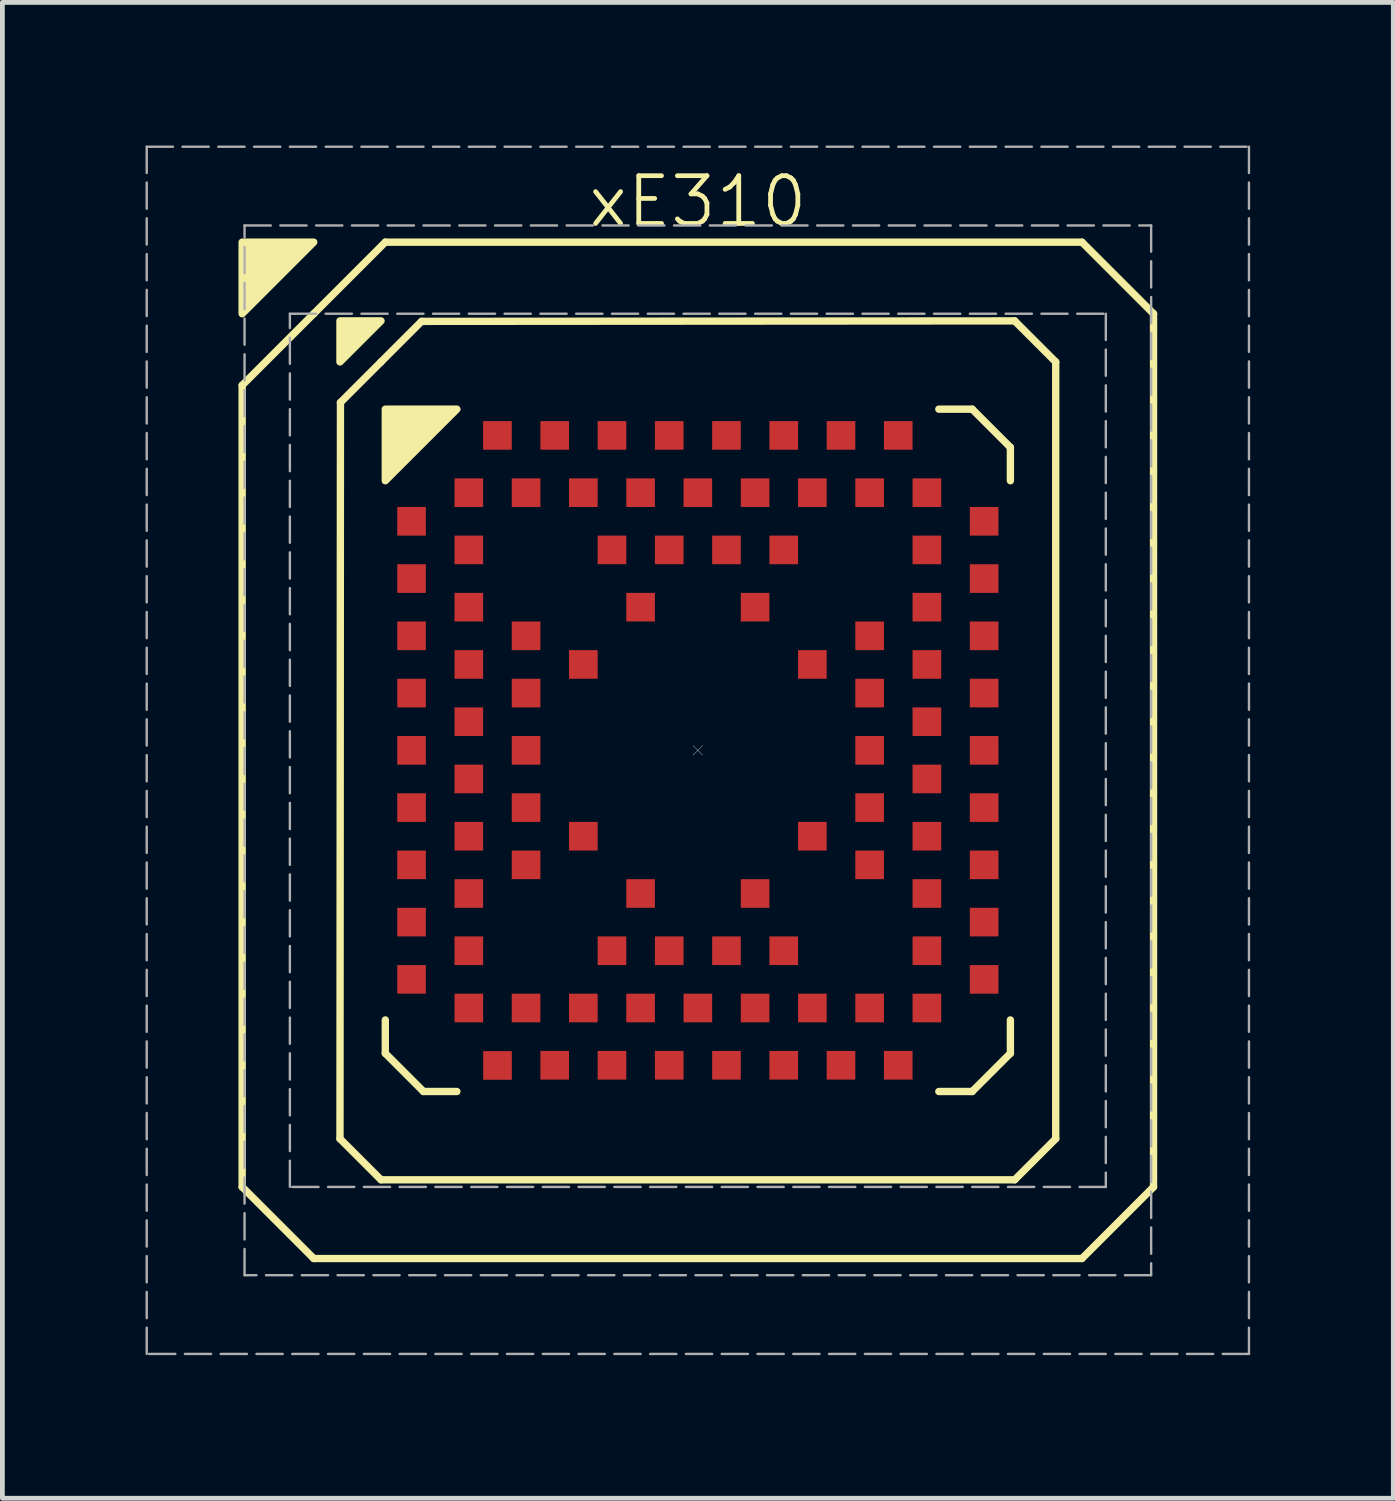
<source format=kicad_pcb>
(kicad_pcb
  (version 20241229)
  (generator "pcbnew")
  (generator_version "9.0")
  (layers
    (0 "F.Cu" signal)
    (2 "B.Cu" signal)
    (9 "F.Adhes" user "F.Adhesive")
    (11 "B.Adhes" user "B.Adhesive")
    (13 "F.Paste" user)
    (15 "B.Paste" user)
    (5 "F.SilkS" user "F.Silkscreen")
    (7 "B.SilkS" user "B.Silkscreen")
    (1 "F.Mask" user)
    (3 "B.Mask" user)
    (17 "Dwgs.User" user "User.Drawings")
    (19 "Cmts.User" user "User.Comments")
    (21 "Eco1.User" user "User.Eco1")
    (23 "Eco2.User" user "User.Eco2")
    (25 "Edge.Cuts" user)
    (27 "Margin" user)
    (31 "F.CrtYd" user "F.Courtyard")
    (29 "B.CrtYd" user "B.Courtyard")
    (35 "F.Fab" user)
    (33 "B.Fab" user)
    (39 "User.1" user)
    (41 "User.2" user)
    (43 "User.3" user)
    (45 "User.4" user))
  (footprint "xE310"
    (layer "F.Cu")
    (at 11.575 12.675)
    (property "Reference" "xE310" (at 0 -11.5 0) (unlocked yes) (layer "F.SilkS") (effects (font (size 1 1) (thickness 0.1))))
    (attr smd)
    (fp_poly (pts (xy -6.4 -5.2) (xy -5.6 -5.2) (xy -5.6 -4.4) (xy -6.4 -4.4)) (stroke (width 0.01) (type solid)) (fill yes) (layer "F.Mask"))
    (fp_poly (pts (xy -6.4 -4) (xy -5.6 -4) (xy -5.6 -3.2) (xy -6.4 -3.2)) (stroke (width 0.01) (type solid)) (fill yes) (layer "F.Mask"))
    (fp_poly (pts (xy -6.4 -2.8) (xy -5.6 -2.8) (xy -5.6 -2) (xy -6.4 -2)) (stroke (width 0.01) (type solid)) (fill yes) (layer "F.Mask"))
    (fp_poly (pts (xy -6.4 -1.6) (xy -5.6 -1.6) (xy -5.6 -0.8) (xy -6.4 -0.8)) (stroke (width 0.01) (type solid)) (fill yes) (layer "F.Mask"))
    (fp_poly (pts (xy -6.4 -0.4) (xy -5.6 -0.4) (xy -5.6 0.4) (xy -6.4 0.4)) (stroke (width 0.01) (type solid)) (fill yes) (layer "F.Mask"))
    (fp_poly (pts (xy -6.4 0.8) (xy -5.6 0.8) (xy -5.6 1.6) (xy -6.4 1.6)) (stroke (width 0.01) (type solid)) (fill yes) (layer "F.Mask"))
    (fp_poly (pts (xy -6.4 2) (xy -5.6 2) (xy -5.6 2.8) (xy -6.4 2.8)) (stroke (width 0.01) (type solid)) (fill yes) (layer "F.Mask"))
    (fp_poly (pts (xy -6.4 3.2) (xy -5.6 3.2) (xy -5.6 4) (xy -6.4 4)) (stroke (width 0.01) (type solid)) (fill yes) (layer "F.Mask"))
    (fp_poly (pts (xy -6.4 4.4) (xy -5.6 4.4) (xy -5.6 5.2) (xy -6.4 5.2)) (stroke (width 0.01) (type solid)) (fill yes) (layer "F.Mask"))
    (fp_poly (pts (xy -5.2 -5.8) (xy -4.4 -5.8) (xy -4.4 -5) (xy -5.2 -5)) (stroke (width 0.01) (type solid)) (fill yes) (layer "F.Mask"))
    (fp_poly (pts (xy -5.2 -4.6) (xy -4.4 -4.6) (xy -4.4 -3.8) (xy -5.2 -3.8)) (stroke (width 0.01) (type solid)) (fill yes) (layer "F.Mask"))
    (fp_poly (pts (xy -5.2 -3.4) (xy -4.4 -3.4) (xy -4.4 -2.6) (xy -5.2 -2.6)) (stroke (width 0.01) (type solid)) (fill yes) (layer "F.Mask"))
    (fp_poly (pts (xy -5.2 -2.2) (xy -4.4 -2.2) (xy -4.4 -1.4) (xy -5.2 -1.4)) (stroke (width 0.01) (type solid)) (fill yes) (layer "F.Mask"))
    (fp_poly (pts (xy -5.2 -1) (xy -4.4 -1) (xy -4.4 -0.2) (xy -5.2 -0.2)) (stroke (width 0.01) (type solid)) (fill yes) (layer "F.Mask"))
    (fp_poly (pts (xy -5.2 0.2) (xy -4.4 0.2) (xy -4.4 1) (xy -5.2 1)) (stroke (width 0.01) (type solid)) (fill yes) (layer "F.Mask"))
    (fp_poly (pts (xy -5.2 1.4) (xy -4.4 1.4) (xy -4.4 2.2) (xy -5.2 2.2)) (stroke (width 0.01) (type solid)) (fill yes) (layer "F.Mask"))
    (fp_poly (pts (xy -5.2 2.6) (xy -4.4 2.6) (xy -4.4 3.4) (xy -5.2 3.4)) (stroke (width 0.01) (type solid)) (fill yes) (layer "F.Mask"))
    (fp_poly (pts (xy -5.2 3.8) (xy -4.4 3.8) (xy -4.4 4.6) (xy -5.2 4.6)) (stroke (width 0.01) (type solid)) (fill yes) (layer "F.Mask"))
    (fp_poly (pts (xy -5.2 5) (xy -4.4 5) (xy -4.4 5.8) (xy -5.2 5.8)) (stroke (width 0.01) (type solid)) (fill yes) (layer "F.Mask"))
    (fp_poly (pts (xy -4.6 -7) (xy -3.8 -7) (xy -3.8 -6.2) (xy -4.6 -6.2)) (stroke (width 0.01) (type solid)) (fill yes) (layer "F.Mask"))
    (fp_poly (pts (xy -4.6 6.2) (xy -3.8 6.2) (xy -3.8 7) (xy -4.6 7)) (stroke (width 0.01) (type solid)) (fill yes) (layer "F.Mask"))
    (fp_poly (pts (xy -4.599 6.204) (xy -3.799 6.204) (xy -3.799 7.004) (xy -4.599 7.004)) (stroke (width 0.01) (type solid)) (fill yes) (layer "F.Mask"))
    (fp_poly (pts (xy -4 -5.8) (xy -3.2 -5.8) (xy -3.2 -5) (xy -4 -5)) (stroke (width 0.01) (type solid)) (fill yes) (layer "F.Mask"))
    (fp_poly (pts (xy -4 -2.8) (xy -3.2 -2.8) (xy -3.2 -2) (xy -4 -2)) (stroke (width 0.01) (type solid)) (fill yes) (layer "F.Mask"))
    (fp_poly (pts (xy -4 -1.6) (xy -3.2 -1.6) (xy -3.2 -0.8) (xy -4 -0.8)) (stroke (width 0.01) (type solid)) (fill yes) (layer "F.Mask"))
    (fp_poly (pts (xy -4 -0.4) (xy -3.2 -0.4) (xy -3.2 0.4) (xy -4 0.4)) (stroke (width 0.01) (type solid)) (fill yes) (layer "F.Mask"))
    (fp_poly (pts (xy -4 0.8) (xy -3.2 0.8) (xy -3.2 1.6) (xy -4 1.6)) (stroke (width 0.01) (type solid)) (fill yes) (layer "F.Mask"))
    (fp_poly (pts (xy -4 2) (xy -3.2 2) (xy -3.2 2.8) (xy -4 2.8)) (stroke (width 0.01) (type solid)) (fill yes) (layer "F.Mask"))
    (fp_poly (pts (xy -4 5) (xy -3.2 5) (xy -3.2 5.8) (xy -4 5.8)) (stroke (width 0.01) (type solid)) (fill yes) (layer "F.Mask"))
    (fp_poly (pts (xy -3.4 -7) (xy -2.6 -7) (xy -2.6 -6.2) (xy -3.4 -6.2)) (stroke (width 0.01) (type solid)) (fill yes) (layer "F.Mask"))
    (fp_poly (pts (xy -3.4 6.2) (xy -2.6 6.2) (xy -2.6 7) (xy -3.4 7)) (stroke (width 0.01) (type solid)) (fill yes) (layer "F.Mask"))
    (fp_poly (pts (xy -2.8 -5.8) (xy -2 -5.8) (xy -2 -5) (xy -2.8 -5)) (stroke (width 0.01) (type solid)) (fill yes) (layer "F.Mask"))
    (fp_poly (pts (xy -2.8 -2.2) (xy -2 -2.2) (xy -2 -1.4) (xy -2.8 -1.4)) (stroke (width 0.01) (type solid)) (fill yes) (layer "F.Mask"))
    (fp_poly (pts (xy -2.8 1.4) (xy -2 1.4) (xy -2 2.2) (xy -2.8 2.2)) (stroke (width 0.01) (type solid)) (fill yes) (layer "F.Mask"))
    (fp_poly (pts (xy -2.8 5) (xy -2 5) (xy -2 5.8) (xy -2.8 5.8)) (stroke (width 0.01) (type solid)) (fill yes) (layer "F.Mask"))
    (fp_poly (pts (xy -2.2 -7) (xy -1.4 -7) (xy -1.4 -6.2) (xy -2.2 -6.2)) (stroke (width 0.01) (type solid)) (fill yes) (layer "F.Mask"))
    (fp_poly (pts (xy -2.2 -4.6) (xy -1.4 -4.6) (xy -1.4 -3.8) (xy -2.2 -3.8)) (stroke (width 0.01) (type solid)) (fill yes) (layer "F.Mask"))
    (fp_poly (pts (xy -2.2 3.8) (xy -1.4 3.8) (xy -1.4 4.6) (xy -2.2 4.6)) (stroke (width 0.01) (type solid)) (fill yes) (layer "F.Mask"))
    (fp_poly (pts (xy -2.2 6.2) (xy -1.4 6.2) (xy -1.4 7) (xy -2.2 7)) (stroke (width 0.01) (type solid)) (fill yes) (layer "F.Mask"))
    (fp_poly (pts (xy -1.6 -5.8) (xy -0.8 -5.8) (xy -0.8 -5) (xy -1.6 -5)) (stroke (width 0.01) (type solid)) (fill yes) (layer "F.Mask"))
    (fp_poly (pts (xy -1.6 -3.4) (xy -0.8 -3.4) (xy -0.8 -2.6) (xy -1.6 -2.6)) (stroke (width 0.01) (type solid)) (fill yes) (layer "F.Mask"))
    (fp_poly (pts (xy -1.6 2.6) (xy -0.8 2.6) (xy -0.8 3.4) (xy -1.6 3.4)) (stroke (width 0.01) (type solid)) (fill yes) (layer "F.Mask"))
    (fp_poly (pts (xy -1.6 5) (xy -0.8 5) (xy -0.8 5.8) (xy -1.6 5.8)) (stroke (width 0.01) (type solid)) (fill yes) (layer "F.Mask"))
    (fp_poly (pts (xy -1 -7) (xy -0.2 -7) (xy -0.2 -6.2) (xy -1 -6.2)) (stroke (width 0.01) (type solid)) (fill yes) (layer "F.Mask"))
    (fp_poly (pts (xy -1 -4.6) (xy -0.2 -4.6) (xy -0.2 -3.8) (xy -1 -3.8)) (stroke (width 0.01) (type solid)) (fill yes) (layer "F.Mask"))
    (fp_poly (pts (xy -1 3.8) (xy -0.2 3.8) (xy -0.2 4.6) (xy -1 4.6)) (stroke (width 0.01) (type solid)) (fill yes) (layer "F.Mask"))
    (fp_poly (pts (xy -1 6.2) (xy -0.2 6.2) (xy -0.2 7) (xy -1 7)) (stroke (width 0.01) (type solid)) (fill yes) (layer "F.Mask"))
    (fp_poly (pts (xy -0.4 -5.8) (xy 0.4 -5.8) (xy 0.4 -5) (xy -0.4 -5)) (stroke (width 0.01) (type solid)) (fill yes) (layer "F.Mask"))
    (fp_poly (pts (xy -0.4 5) (xy 0.4 5) (xy 0.4 5.8) (xy -0.4 5.8)) (stroke (width 0.01) (type solid)) (fill yes) (layer "F.Mask"))
    (fp_poly (pts (xy 0.2 -7) (xy 1 -7) (xy 1 -6.2) (xy 0.2 -6.2)) (stroke (width 0.01) (type solid)) (fill yes) (layer "F.Mask"))
    (fp_poly (pts (xy 0.2 -4.6) (xy 1 -4.6) (xy 1 -3.8) (xy 0.2 -3.8)) (stroke (width 0.01) (type solid)) (fill yes) (layer "F.Mask"))
    (fp_poly (pts (xy 0.2 3.8) (xy 1 3.8) (xy 1 4.6) (xy 0.2 4.6)) (stroke (width 0.01) (type solid)) (fill yes) (layer "F.Mask"))
    (fp_poly (pts (xy 0.2 6.2) (xy 1 6.2) (xy 1 7) (xy 0.2 7)) (stroke (width 0.01) (type solid)) (fill yes) (layer "F.Mask"))
    (fp_poly (pts (xy 0.8 -5.8) (xy 1.6 -5.8) (xy 1.6 -5) (xy 0.8 -5)) (stroke (width 0.01) (type solid)) (fill yes) (layer "F.Mask"))
    (fp_poly (pts (xy 0.8 -3.4) (xy 1.6 -3.4) (xy 1.6 -2.6) (xy 0.8 -2.6)) (stroke (width 0.01) (type solid)) (fill yes) (layer "F.Mask"))
    (fp_poly (pts (xy 0.8 2.6) (xy 1.6 2.6) (xy 1.6 3.4) (xy 0.8 3.4)) (stroke (width 0.01) (type solid)) (fill yes) (layer "F.Mask"))
    (fp_poly (pts (xy 0.8 5) (xy 1.6 5) (xy 1.6 5.8) (xy 0.8 5.8)) (stroke (width 0.01) (type solid)) (fill yes) (layer "F.Mask"))
    (fp_poly (pts (xy 1.4 -7) (xy 2.2 -7) (xy 2.2 -6.2) (xy 1.4 -6.2)) (stroke (width 0.01) (type solid)) (fill yes) (layer "F.Mask"))
    (fp_poly (pts (xy 1.4 -4.6) (xy 2.2 -4.6) (xy 2.2 -3.8) (xy 1.4 -3.8)) (stroke (width 0.01) (type solid)) (fill yes) (layer "F.Mask"))
    (fp_poly (pts (xy 1.4 3.8) (xy 2.2 3.8) (xy 2.2 4.6) (xy 1.4 4.6)) (stroke (width 0.01) (type solid)) (fill yes) (layer "F.Mask"))
    (fp_poly (pts (xy 1.4 6.2) (xy 2.2 6.2) (xy 2.2 7) (xy 1.4 7)) (stroke (width 0.01) (type solid)) (fill yes) (layer "F.Mask"))
    (fp_poly (pts (xy 2 -5.8) (xy 2.8 -5.8) (xy 2.8 -5) (xy 2 -5)) (stroke (width 0.01) (type solid)) (fill yes) (layer "F.Mask"))
    (fp_poly (pts (xy 2 -2.2) (xy 2.8 -2.2) (xy 2.8 -1.4) (xy 2 -1.4)) (stroke (width 0.01) (type solid)) (fill yes) (layer "F.Mask"))
    (fp_poly (pts (xy 2 1.4) (xy 2.8 1.4) (xy 2.8 2.2) (xy 2 2.2)) (stroke (width 0.01) (type solid)) (fill yes) (layer "F.Mask"))
    (fp_poly (pts (xy 2 5) (xy 2.8 5) (xy 2.8 5.8) (xy 2 5.8)) (stroke (width 0.01) (type solid)) (fill yes) (layer "F.Mask"))
    (fp_poly (pts (xy 2.6 -7) (xy 3.4 -7) (xy 3.4 -6.2) (xy 2.6 -6.2)) (stroke (width 0.01) (type solid)) (fill yes) (layer "F.Mask"))
    (fp_poly (pts (xy 2.6 6.2) (xy 3.4 6.2) (xy 3.4 7) (xy 2.6 7)) (stroke (width 0.01) (type solid)) (fill yes) (layer "F.Mask"))
    (fp_poly (pts (xy 3.2 -5.8) (xy 4 -5.8) (xy 4 -5) (xy 3.2 -5)) (stroke (width 0.01) (type solid)) (fill yes) (layer "F.Mask"))
    (fp_poly (pts (xy 3.2 -2.8) (xy 4 -2.8) (xy 4 -2) (xy 3.2 -2)) (stroke (width 0.01) (type solid)) (fill yes) (layer "F.Mask"))
    (fp_poly (pts (xy 3.2 -1.6) (xy 4 -1.6) (xy 4 -0.8) (xy 3.2 -0.8)) (stroke (width 0.01) (type solid)) (fill yes) (layer "F.Mask"))
    (fp_poly (pts (xy 3.2 -0.4) (xy 4 -0.4) (xy 4 0.4) (xy 3.2 0.4)) (stroke (width 0.01) (type solid)) (fill yes) (layer "F.Mask"))
    (fp_poly (pts (xy 3.2 0.8) (xy 4 0.8) (xy 4 1.6) (xy 3.2 1.6)) (stroke (width 0.01) (type solid)) (fill yes) (layer "F.Mask"))
    (fp_poly (pts (xy 3.2 2) (xy 4 2) (xy 4 2.8) (xy 3.2 2.8)) (stroke (width 0.01) (type solid)) (fill yes) (layer "F.Mask"))
    (fp_poly (pts (xy 3.2 5) (xy 4 5) (xy 4 5.8) (xy 3.2 5.8)) (stroke (width 0.01) (type solid)) (fill yes) (layer "F.Mask"))
    (fp_poly (pts (xy 3.8 -7) (xy 4.6 -7) (xy 4.6 -6.2) (xy 3.8 -6.2)) (stroke (width 0.01) (type solid)) (fill yes) (layer "F.Mask"))
    (fp_poly (pts (xy 3.8 6.2) (xy 4.6 6.2) (xy 4.6 7) (xy 3.8 7)) (stroke (width 0.01) (type solid)) (fill yes) (layer "F.Mask"))
    (fp_poly (pts (xy 4.4 -5.8) (xy 5.2 -5.8) (xy 5.2 -5) (xy 4.4 -5)) (stroke (width 0.01) (type solid)) (fill yes) (layer "F.Mask"))
    (fp_poly (pts (xy 4.4 -4.6) (xy 5.2 -4.6) (xy 5.2 -3.8) (xy 4.4 -3.8)) (stroke (width 0.01) (type solid)) (fill yes) (layer "F.Mask"))
    (fp_poly (pts (xy 4.4 -3.4) (xy 5.2 -3.4) (xy 5.2 -2.6) (xy 4.4 -2.6)) (stroke (width 0.01) (type solid)) (fill yes) (layer "F.Mask"))
    (fp_poly (pts (xy 4.4 -2.2) (xy 5.2 -2.2) (xy 5.2 -1.4) (xy 4.4 -1.4)) (stroke (width 0.01) (type solid)) (fill yes) (layer "F.Mask"))
    (fp_poly (pts (xy 4.4 -1) (xy 5.2 -1) (xy 5.2 -0.2) (xy 4.4 -0.2)) (stroke (width 0.01) (type solid)) (fill yes) (layer "F.Mask"))
    (fp_poly (pts (xy 4.4 0.2) (xy 5.2 0.2) (xy 5.2 1) (xy 4.4 1)) (stroke (width 0.01) (type solid)) (fill yes) (layer "F.Mask"))
    (fp_poly (pts (xy 4.4 1.4) (xy 5.2 1.4) (xy 5.2 2.2) (xy 4.4 2.2)) (stroke (width 0.01) (type solid)) (fill yes) (layer "F.Mask"))
    (fp_poly (pts (xy 4.4 2.6) (xy 5.2 2.6) (xy 5.2 3.4) (xy 4.4 3.4)) (stroke (width 0.01) (type solid)) (fill yes) (layer "F.Mask"))
    (fp_poly (pts (xy 4.4 3.8) (xy 5.2 3.8) (xy 5.2 4.6) (xy 4.4 4.6)) (stroke (width 0.01) (type solid)) (fill yes) (layer "F.Mask"))
    (fp_poly (pts (xy 4.4 5) (xy 5.2 5) (xy 5.2 5.8) (xy 4.4 5.8)) (stroke (width 0.01) (type solid)) (fill yes) (layer "F.Mask"))
    (fp_poly (pts (xy 5.6 -5.2) (xy 6.4 -5.2) (xy 6.4 -4.4) (xy 5.6 -4.4)) (stroke (width 0.01) (type solid)) (fill yes) (layer "F.Mask"))
    (fp_poly (pts (xy 5.6 -4) (xy 6.4 -4) (xy 6.4 -3.2) (xy 5.6 -3.2)) (stroke (width 0.01) (type solid)) (fill yes) (layer "F.Mask"))
    (fp_poly (pts (xy 5.6 -2.8) (xy 6.4 -2.8) (xy 6.4 -2) (xy 5.6 -2)) (stroke (width 0.01) (type solid)) (fill yes) (layer "F.Mask"))
    (fp_poly (pts (xy 5.6 -1.6) (xy 6.4 -1.6) (xy 6.4 -0.8) (xy 5.6 -0.8)) (stroke (width 0.01) (type solid)) (fill yes) (layer "F.Mask"))
    (fp_poly (pts (xy 5.6 -0.4) (xy 6.4 -0.4) (xy 6.4 0.4) (xy 5.6 0.4)) (stroke (width 0.01) (type solid)) (fill yes) (layer "F.Mask"))
    (fp_poly (pts (xy 5.6 0.8) (xy 6.4 0.8) (xy 6.4 1.6) (xy 5.6 1.6)) (stroke (width 0.01) (type solid)) (fill yes) (layer "F.Mask"))
    (fp_poly (pts (xy 5.6 2) (xy 6.4 2) (xy 6.4 2.8) (xy 5.6 2.8)) (stroke (width 0.01) (type solid)) (fill yes) (layer "F.Mask"))
    (fp_poly (pts (xy 5.6 3.2) (xy 6.4 3.2) (xy 6.4 4) (xy 5.6 4)) (stroke (width 0.01) (type solid)) (fill yes) (layer "F.Mask"))
    (fp_poly (pts (xy 5.6 4.4) (xy 6.4 4.4) (xy 6.4 5.2) (xy 5.6 5.2)) (stroke (width 0.01) (type solid)) (fill yes) (layer "F.Mask"))
    (fp_line (start -9.55 -7.65) (end -8.05 -9.15) (stroke (width 0.154) (type default)) (layer "F.SilkS"))
    (fp_line (start -9.55 9.15) (end -9.55 -7.65) (stroke (width 0.154) (type default)) (layer "F.SilkS"))
    (fp_line (start -8.05 -9.15) (end -6.55 -10.65) (stroke (width 0.154) (type default)) (layer "F.SilkS"))
    (fp_line (start -8.05 10.65) (end -9.55 9.15) (stroke (width 0.154) (type default)) (layer "F.SilkS"))
    (fp_line (start -7.5 8.14) (end -7.49 -7.29) (stroke (width 0.154) (type default)) (layer "F.SilkS"))
    (fp_line (start -7.49 -7.29) (end -6.64 -8.14) (stroke (width 0.154) (type default)) (layer "F.SilkS"))
    (fp_line (start -6.64 -8.14) (end -5.79 -8.99) (stroke (width 0.154) (type default)) (layer "F.SilkS"))
    (fp_line (start -6.64 9) (end -7.5 8.14) (stroke (width 0.154) (type default)) (layer "F.SilkS"))
    (fp_line (start -6.55 -10.65) (end 8.05 -10.65) (stroke (width 0.154) (type default)) (layer "F.SilkS"))
    (fp_line (start -6.55 6.35) (end -6.55 5.65) (stroke (width 0.154) (type default)) (layer "F.SilkS"))
    (fp_line (start -6.55 6.35) (end -5.75 7.15) (stroke (width 0.154) (type default)) (layer "F.SilkS"))
    (fp_line (start -5.79 -8.99) (end 6.64 -9) (stroke (width 0.154) (type default)) (layer "F.SilkS"))
    (fp_line (start -5.75 7.15) (end -5.05 7.15) (stroke (width 0.154) (type default)) (layer "F.SilkS"))
    (fp_line (start 5.05 -7.15) (end 5.75 -7.15) (stroke (width 0.154) (type default)) (layer "F.SilkS"))
    (fp_line (start 5.05 7.15) (end 5.75 7.15) (stroke (width 0.154) (type default)) (layer "F.SilkS"))
    (fp_line (start 5.75 -7.15) (end 6.55 -6.35) (stroke (width 0.154) (type default)) (layer "F.SilkS"))
    (fp_line (start 5.75 7.15) (end 6.55 6.35) (stroke (width 0.154) (type default)) (layer "F.SilkS"))
    (fp_line (start 6.55 -5.65) (end 6.55 -6.35) (stroke (width 0.154) (type default)) (layer "F.SilkS"))
    (fp_line (start 6.55 6.35) (end 6.55 5.65) (stroke (width 0.154) (type default)) (layer "F.SilkS"))
    (fp_line (start 6.64 -9) (end 7.5 -8.14) (stroke (width 0.154) (type default)) (layer "F.SilkS"))
    (fp_line (start 6.64 9) (end -6.64 9) (stroke (width 0.154) (type default)) (layer "F.SilkS"))
    (fp_line (start 7.5 -8.14) (end 7.5 8.14) (stroke (width 0.154) (type default)) (layer "F.SilkS"))
    (fp_line (start 7.5 8.14) (end 6.64 9) (stroke (width 0.154) (type default)) (layer "F.SilkS"))
    (fp_line (start 8.05 -10.65) (end 9.55 -9.15) (stroke (width 0.154) (type default)) (layer "F.SilkS"))
    (fp_line (start 8.05 10.65) (end -8.05 10.65) (stroke (width 0.154) (type default)) (layer "F.SilkS"))
    (fp_line (start 9.55 -9.15) (end 9.55 9.15) (stroke (width 0.154) (type default)) (layer "F.SilkS"))
    (fp_line (start 9.55 9.15) (end 8.05 10.65) (stroke (width 0.154) (type default)) (layer "F.SilkS"))
    (fp_poly (pts (xy -9.55 -9.15) (xy -8.05 -10.65) (xy -9.55 -10.65)) (stroke (width 0.154) (type solid)) (fill yes) (layer "F.SilkS"))
    (fp_poly (pts (xy -7.5 -8.14) (xy -6.64 -9) (xy -7.5 -9)) (stroke (width 0.154) (type solid)) (fill yes) (layer "F.SilkS"))
    (fp_poly (pts (xy -6.55 -7.15) (xy -6.55 -5.65) (xy -5.05 -7.15)) (stroke (width 0.154) (type solid)) (fill yes) (layer "F.SilkS"))
    (fp_line (start -0.1 -0.1) (end 0.1 0.1) (stroke (width 0.01) (type default)) (layer "F.Fab"))
    (fp_line (start -0.1 0.1) (end 0.1 -0.1) (stroke (width 0.01) (type default)) (layer "F.Fab"))
    (fp_rect (start -11.55 -12.65) (end 11.55 12.65) (stroke (width 0.05) (type dash)) (fill no) (layer "F.Fab"))
    (fp_rect (start -9.5 -11) (end 9.5 11) (stroke (width 0.05) (type dash)) (fill no) (layer "F.Fab"))
    (fp_rect (start -8.55 -9.15) (end 8.55 9.15) (stroke (width 0.05) (type dash)) (fill no) (layer "F.Fab"))
    (pad "A3" smd rect (at -4.2 -6.6) (size 0.6 0.6) (layers "F.Cu" "F.Paste"))
    (pad "A5" smd rect (at -3 -6.6) (size 0.6 0.6) (layers "F.Cu" "F.Paste"))
    (pad "A7" smd rect (at -1.8 -6.6) (size 0.6 0.6) (layers "F.Cu" "F.Paste"))
    (pad "A9" smd rect (at -0.6 -6.6) (size 0.6 0.6) (layers "F.Cu" "F.Paste"))
    (pad "A11" smd rect (at 0.6 -6.6) (size 0.6 0.6) (layers "F.Cu" "F.Paste"))
    (pad "A13" smd rect (at 1.8 -6.6) (size 0.6 0.6) (layers "F.Cu" "F.Paste"))
    (pad "A15" smd rect (at 3 -6.6) (size 0.6 0.6) (layers "F.Cu" "F.Paste"))
    (pad "A17" smd rect (at 4.2 -6.6) (size 0.6 0.6) (layers "F.Cu" "F.Paste"))
    (pad "AA3" smd rect (at -4.199 6.604) (size 0.6 0.6) (layers "F.Cu" "F.Paste"))
    (pad "AA5" smd rect (at -3 6.6) (size 0.6 0.6) (layers "F.Cu" "F.Paste"))
    (pad "AA7" smd rect (at -1.8 6.6) (size 0.6 0.6) (layers "F.Cu" "F.Paste"))
    (pad "AA9" smd rect (at -0.6 6.6) (size 0.6 0.6) (layers "F.Cu" "F.Paste"))
    (pad "AA11" smd rect (at 0.6 6.6) (size 0.6 0.6) (layers "F.Cu" "F.Paste"))
    (pad "AA13" smd rect (at 1.8 6.6) (size 0.6 0.6) (layers "F.Cu" "F.Paste"))
    (pad "AA15" smd rect (at 3 6.6) (size 0.6 0.6) (layers "F.Cu" "F.Paste"))
    (pad "AA17" smd rect (at 4.2 6.6) (size 0.6 0.6) (layers "F.Cu" "F.Paste"))
    (pad "B2" smd rect (at -4.8 -5.4) (size 0.6 0.6) (layers "F.Cu" "F.Paste"))
    (pad "B4" smd rect (at -3.6 -5.4) (size 0.6 0.6) (layers "F.Cu" "F.Paste"))
    (pad "B6" smd rect (at -2.4 -5.4) (size 0.6 0.6) (layers "F.Cu" "F.Paste"))
    (pad "B8" smd rect (at -1.2 -5.4) (size 0.6 0.6) (layers "F.Cu" "F.Paste"))
    (pad "B10" smd rect (at 0 -5.4) (size 0.6 0.6) (layers "F.Cu" "F.Paste"))
    (pad "B12" smd rect (at 1.2 -5.4) (size 0.6 0.6) (layers "F.Cu" "F.Paste"))
    (pad "B14" smd rect (at 2.4 -5.4) (size 0.6 0.6) (layers "F.Cu" "F.Paste"))
    (pad "B16" smd rect (at 3.6 -5.4) (size 0.6 0.6) (layers "F.Cu" "F.Paste"))
    (pad "B18" smd rect (at 4.8 -5.4) (size 0.6 0.6) (layers "F.Cu" "F.Paste"))
    (pad "C1" smd rect (at -6 -4.8) (size 0.6 0.6) (layers "F.Cu" "F.Paste"))
    (pad "C19" smd rect (at 6 -4.8) (size 0.6 0.6) (layers "F.Cu" "F.Paste"))
    (pad "D2" smd rect (at -4.8 -4.2) (size 0.6 0.6) (layers "F.Cu" "F.Paste"))
    (pad "D7" smd rect (at -1.8 -4.2) (size 0.6 0.6) (layers "F.Cu" "F.Paste"))
    (pad "D9" smd rect (at -0.6 -4.2) (size 0.6 0.6) (layers "F.Cu" "F.Paste"))
    (pad "D11" smd rect (at 0.6 -4.2) (size 0.6 0.6) (layers "F.Cu" "F.Paste"))
    (pad "D13" smd rect (at 1.8 -4.2) (size 0.6 0.6) (layers "F.Cu" "F.Paste"))
    (pad "D18" smd rect (at 4.8 -4.2) (size 0.6 0.6) (layers "F.Cu" "F.Paste"))
    (pad "E1" smd rect (at -6 -3.6) (size 0.6 0.6) (layers "F.Cu" "F.Paste"))
    (pad "E19" smd rect (at 6 -3.6) (size 0.6 0.6) (layers "F.Cu" "F.Paste"))
    (pad "F2" smd rect (at -4.8 -3) (size 0.6 0.6) (layers "F.Cu" "F.Paste"))
    (pad "F8" smd rect (at -1.2 -3) (size 0.6 0.6) (layers "F.Cu" "F.Paste"))
    (pad "F12" smd rect (at 1.2 -3) (size 0.6 0.6) (layers "F.Cu" "F.Paste"))
    (pad "F18" smd rect (at 4.8 -3) (size 0.6 0.6) (layers "F.Cu" "F.Paste"))
    (pad "G1" smd rect (at -6 -2.4) (size 0.6 0.6) (layers "F.Cu" "F.Paste"))
    (pad "G4" smd rect (at -3.6 -2.4) (size 0.6 0.6) (layers "F.Cu" "F.Paste"))
    (pad "G16" smd rect (at 3.6 -2.4) (size 0.6 0.6) (layers "F.Cu" "F.Paste"))
    (pad "G19" smd rect (at 6 -2.4) (size 0.6 0.6) (layers "F.Cu" "F.Paste"))
    (pad "H2" smd rect (at -4.8 -1.8) (size 0.6 0.6) (layers "F.Cu" "F.Paste"))
    (pad "H6" smd rect (at -2.4 -1.8) (size 0.6 0.6) (layers "F.Cu" "F.Paste"))
    (pad "H14" smd rect (at 2.4 -1.8) (size 0.6 0.6) (layers "F.Cu" "F.Paste"))
    (pad "H18" smd rect (at 4.8 -1.8) (size 0.6 0.6) (layers "F.Cu" "F.Paste"))
    (pad "J1" smd rect (at -6 -1.2) (size 0.6 0.6) (layers "F.Cu" "F.Paste"))
    (pad "J4" smd rect (at -3.6 -1.2) (size 0.6 0.6) (layers "F.Cu" "F.Paste"))
    (pad "J16" smd rect (at 3.6 -1.2) (size 0.6 0.6) (layers "F.Cu" "F.Paste"))
    (pad "J19" smd rect (at 6 -1.2) (size 0.6 0.6) (layers "F.Cu" "F.Paste"))
    (pad "K2" smd rect (at -4.8 -0.6) (size 0.6 0.6) (layers "F.Cu" "F.Paste"))
    (pad "K18" smd rect (at 4.8 -0.6) (size 0.6 0.6) (layers "F.Cu" "F.Paste"))
    (pad "L1" smd rect (at -6 0) (size 0.6 0.6) (layers "F.Cu" "F.Paste"))
    (pad "L4" smd rect (at -3.6 0) (size 0.6 0.6) (layers "F.Cu" "F.Paste"))
    (pad "L16" smd rect (at 3.6 0) (size 0.6 0.6) (layers "F.Cu" "F.Paste"))
    (pad "L19" smd rect (at 6 0) (size 0.6 0.6) (layers "F.Cu" "F.Paste"))
    (pad "M2" smd rect (at -4.8 0.6) (size 0.6 0.6) (layers "F.Cu" "F.Paste"))
    (pad "M18" smd rect (at 4.8 0.6) (size 0.6 0.6) (layers "F.Cu" "F.Paste"))
    (pad "N1" smd rect (at -6 1.2) (size 0.6 0.6) (layers "F.Cu" "F.Paste"))
    (pad "N4" smd rect (at -3.6 1.2) (size 0.6 0.6) (layers "F.Cu" "F.Paste"))
    (pad "N16" smd rect (at 3.6 1.2) (size 0.6 0.6) (layers "F.Cu" "F.Paste"))
    (pad "N19" smd rect (at 6 1.2) (size 0.6 0.6) (layers "F.Cu" "F.Paste"))
    (pad "P2" smd rect (at -4.8 1.8) (size 0.6 0.6) (layers "F.Cu" "F.Paste"))
    (pad "P6" smd rect (at -2.4 1.8) (size 0.6 0.6) (layers "F.Cu" "F.Paste"))
    (pad "P14" smd rect (at 2.4 1.8) (size 0.6 0.6) (layers "F.Cu" "F.Paste"))
    (pad "P18" smd rect (at 4.8 1.8) (size 0.6 0.6) (layers "F.Cu" "F.Paste"))
    (pad "R1" smd rect (at -6 2.4) (size 0.6 0.6) (layers "F.Cu" "F.Paste"))
    (pad "R4" smd rect (at -3.6 2.4) (size 0.6 0.6) (layers "F.Cu" "F.Paste"))
    (pad "R16" smd rect (at 3.6 2.4) (size 0.6 0.6) (layers "F.Cu" "F.Paste"))
    (pad "R19" smd rect (at 6 2.4) (size 0.6 0.6) (layers "F.Cu" "F.Paste"))
    (pad "T2" smd rect (at -4.8 3) (size 0.6 0.6) (layers "F.Cu" "F.Paste"))
    (pad "T8" smd rect (at -1.2 3) (size 0.6 0.6) (layers "F.Cu" "F.Paste"))
    (pad "T12" smd rect (at 1.2 3) (size 0.6 0.6) (layers "F.Cu" "F.Paste"))
    (pad "T18" smd rect (at 4.8 3) (size 0.6 0.6) (layers "F.Cu" "F.Paste"))
    (pad "U1" smd rect (at -6 3.6) (size 0.6 0.6) (layers "F.Cu" "F.Paste"))
    (pad "U19" smd rect (at 6 3.6) (size 0.6 0.6) (layers "F.Cu" "F.Paste"))
    (pad "V2" smd rect (at -4.8 4.2) (size 0.6 0.6) (layers "F.Cu" "F.Paste"))
    (pad "V7" smd rect (at -1.8 4.2) (size 0.6 0.6) (layers "F.Cu" "F.Paste"))
    (pad "V9" smd rect (at -0.6 4.2) (size 0.6 0.6) (layers "F.Cu" "F.Paste"))
    (pad "V11" smd rect (at 0.6 4.2) (size 0.6 0.6) (layers "F.Cu" "F.Paste"))
    (pad "V13" smd rect (at 1.8 4.2) (size 0.6 0.6) (layers "F.Cu" "F.Paste"))
    (pad "V18" smd rect (at 4.8 4.2) (size 0.6 0.6) (layers "F.Cu" "F.Paste"))
    (pad "W1" smd rect (at -6 4.8) (size 0.6 0.6) (layers "F.Cu" "F.Paste"))
    (pad "W19" smd rect (at 6 4.8) (size 0.6 0.6) (layers "F.Cu" "F.Paste"))
    (pad "Y2" smd rect (at -4.8 5.4) (size 0.6 0.6) (layers "F.Cu" "F.Paste"))
    (pad "Y4" smd rect (at -3.6 5.4) (size 0.6 0.6) (layers "F.Cu" "F.Paste"))
    (pad "Y6" smd rect (at -2.4 5.4) (size 0.6 0.6) (layers "F.Cu" "F.Paste"))
    (pad "Y8" smd rect (at -1.2 5.4) (size 0.6 0.6) (layers "F.Cu" "F.Paste"))
    (pad "Y10" smd rect (at 0 5.4) (size 0.6 0.6) (layers "F.Cu" "F.Paste"))
    (pad "Y12" smd rect (at 1.2 5.4) (size 0.6 0.6) (layers "F.Cu" "F.Paste"))
    (pad "Y14" smd rect (at 2.4 5.4) (size 0.6 0.6) (layers "F.Cu" "F.Paste"))
    (pad "Y16" smd rect (at 3.6 5.4) (size 0.6 0.6) (layers "F.Cu" "F.Paste"))
    (pad "Y18" smd rect (at 4.8 5.4) (size 0.6 0.6) (layers "F.Cu" "F.Paste"))
    (zone (net_name "") (layer "F.Cu") (hatch full 0.508) (connect_pads) (min_thickness 0.01) (filled_areas_thickness no) (keepout (tracks not_allowed) (vias not_allowed) (pads not_allowed) (copperpour not_allowed) (footprints allowed)) (placement (enabled no)) (fill) (polygon (pts (xy 7.625 8.725) (xy 8.325 8.725) (xy 8.325 9.425) (xy 7.625 9.425))))
    (zone (net_name "") (layer "F.Cu") (hatch full 0.508) (connect_pads) (min_thickness 0.01) (filled_areas_thickness no) (keepout (tracks not_allowed) (vias not_allowed) (pads not_allowed) (copperpour not_allowed) (footprints allowed)) (placement (enabled no)) (fill) (polygon (pts (xy 7.625 15.925) (xy 8.325 15.925) (xy 8.325 16.625) (xy 7.625 16.625))))
    (zone (net_name "") (layer "F.Cu") (hatch full 0.508) (connect_pads) (min_thickness 0.01) (filled_areas_thickness no) (keepout (tracks not_allowed) (vias not_allowed) (pads not_allowed) (copperpour not_allowed) (footprints allowed)) (placement (enabled no)) (fill) (polygon (pts (xy 14.825 8.725) (xy 15.525 8.725) (xy 15.525 9.425) (xy 14.825 9.425))))
    (zone (net_name "") (layer "F.Cu") (hatch full 0.508) (connect_pads) (min_thickness 0.01) (filled_areas_thickness no) (keepout (tracks not_allowed) (vias not_allowed) (pads not_allowed) (copperpour not_allowed) (footprints allowed)) (placement (enabled no)) (fill) (polygon (pts (xy 14.825 15.925) (xy 15.525 15.925) (xy 15.525 16.625) (xy 14.825 16.625))))
    (zone (net_name "") (layer "F.Cu") (hatch full 0.508) (connect_pads) (min_thickness 0.5) (filled_areas_thickness no) (keepout (tracks not_allowed) (vias not_allowed) (pads not_allowed) (copperpour not_allowed) (footprints allowed)) (placement (enabled no)) (fill) (polygon (pts (xy 6.385 6.385) (xy 6.383 6.434) (xy 6.375 6.483) (xy 6.363 6.53) (xy 6.347 6.576) (xy 6.326 6.621) (xy 6.301 6.663) (xy 6.272 6.702) (xy 6.239 6.739) (xy 6.202 6.772) (xy 6.163 6.801) (xy 6.121 6.826) (xy 6.076 6.847) (xy 6.03 6.863) (xy 5.983 6.875) (xy 5.934 6.883) (xy 5.885 6.885) (xy 5.836 6.883) (xy 5.787 6.875) (xy 5.74 6.863) (xy 5.694 6.847) (xy 5.649 6.826) (xy 5.607 6.801) (xy 5.568 6.772) (xy 5.531 6.739) (xy 5.498 6.702) (xy 5.469 6.663) (xy 5.444 6.621) (xy 5.423 6.576) (xy 5.407 6.53) (xy 5.395 6.483) (xy 5.387 6.434) (xy 5.385 6.385) (xy 5.387 6.336) (xy 5.395 6.287) (xy 5.407 6.24) (xy 5.423 6.194) (xy 5.444 6.149) (xy 5.469 6.107) (xy 5.498 6.068) (xy 5.531 6.031) (xy 5.568 5.998) (xy 5.607 5.969) (xy 5.649 5.944) (xy 5.694 5.923) (xy 5.74 5.907) (xy 5.787 5.895) (xy 5.836 5.887) (xy 5.885 5.885) (xy 5.934 5.887) (xy 5.983 5.895) (xy 6.03 5.907) (xy 6.076 5.923) (xy 6.121 5.944) (xy 6.163 5.969) (xy 6.202 5.998) (xy 6.239 6.031) (xy 6.272 6.068) (xy 6.301 6.107) (xy 6.326 6.149) (xy 6.347 6.194) (xy 6.363 6.24) (xy 6.375 6.287) (xy 6.383 6.336))))
    (zone (net_name "") (layers "F.Cu" "B.Cu") (hatch full 0.508) (connect_pads) (min_thickness 0.01) (filled_areas_thickness no) (keepout (tracks allowed) (vias not_allowed) (pads allowed) (copperpour allowed) (footprints allowed)) (placement (enabled no)) (fill) (polygon (pts (xy 7.625 8.725) (xy 8.325 8.725) (xy 8.325 9.425) (xy 7.625 9.425))))
    (zone (net_name "") (layers "F.Cu" "B.Cu") (hatch full 0.508) (connect_pads) (min_thickness 0.01) (filled_areas_thickness no) (keepout (tracks allowed) (vias not_allowed) (pads allowed) (copperpour allowed) (footprints allowed)) (placement (enabled no)) (fill) (polygon (pts (xy 7.625 15.925) (xy 8.325 15.925) (xy 8.325 16.625) (xy 7.625 16.625))))
    (zone (net_name "") (layers "F.Cu" "B.Cu") (hatch full 0.508) (connect_pads) (min_thickness 0.01) (filled_areas_thickness no) (keepout (tracks allowed) (vias not_allowed) (pads allowed) (copperpour allowed) (footprints allowed)) (placement (enabled no)) (fill) (polygon (pts (xy 14.825 8.725) (xy 15.525 8.725) (xy 15.525 9.425) (xy 14.825 9.425))))
    (zone (net_name "") (layers "F.Cu" "B.Cu") (hatch full 0.508) (connect_pads) (min_thickness 0.01) (filled_areas_thickness no) (keepout (tracks allowed) (vias not_allowed) (pads allowed) (copperpour allowed) (footprints allowed)) (placement (enabled no)) (fill) (polygon (pts (xy 14.825 15.925) (xy 15.525 15.925) (xy 15.525 16.625) (xy 14.825 16.625))))
    (zone (net_name "") (layers "F.Cu" "B.Cu") (hatch full 0.508) (connect_pads) (min_thickness 0.5) (filled_areas_thickness no) (keepout (tracks allowed) (vias not_allowed) (pads allowed) (copperpour allowed) (footprints allowed)) (placement (enabled no)) (fill) (polygon (pts (xy 6.385 6.385) (xy 6.383 6.434) (xy 6.375 6.483) (xy 6.363 6.53) (xy 6.347 6.576) (xy 6.326 6.621) (xy 6.301 6.663) (xy 6.272 6.702) (xy 6.239 6.739) (xy 6.202 6.772) (xy 6.163 6.801) (xy 6.121 6.826) (xy 6.076 6.847) (xy 6.03 6.863) (xy 5.983 6.875) (xy 5.934 6.883) (xy 5.885 6.885) (xy 5.836 6.883) (xy 5.787 6.875) (xy 5.74 6.863) (xy 5.694 6.847) (xy 5.649 6.826) (xy 5.607 6.801) (xy 5.568 6.772) (xy 5.531 6.739) (xy 5.498 6.702) (xy 5.469 6.663) (xy 5.444 6.621) (xy 5.423 6.576) (xy 5.407 6.53) (xy 5.395 6.483) (xy 5.387 6.434) (xy 5.385 6.385) (xy 5.387 6.336) (xy 5.395 6.287) (xy 5.407 6.24) (xy 5.423 6.194) (xy 5.444 6.149) (xy 5.469 6.107) (xy 5.498 6.068) (xy 5.531 6.031) (xy 5.568 5.998) (xy 5.607 5.969) (xy 5.649 5.944) (xy 5.694 5.923) (xy 5.74 5.907) (xy 5.787 5.895) (xy 5.836 5.887) (xy 5.885 5.885) (xy 5.934 5.887) (xy 5.983 5.895) (xy 6.03 5.907) (xy 6.076 5.923) (xy 6.121 5.944) (xy 6.163 5.969) (xy 6.202 5.998) (xy 6.239 6.031) (xy 6.272 6.068) (xy 6.301 6.107) (xy 6.326 6.149) (xy 6.347 6.194) (xy 6.363 6.24) (xy 6.375 6.287) (xy 6.383 6.336)))))
  (gr_rect
    (start -3 -3)
    (end 26.15 28.35)
    (stroke (width 0.1) (type default))
    (fill no)
    (layer "Edge.Cuts")))
</source>
